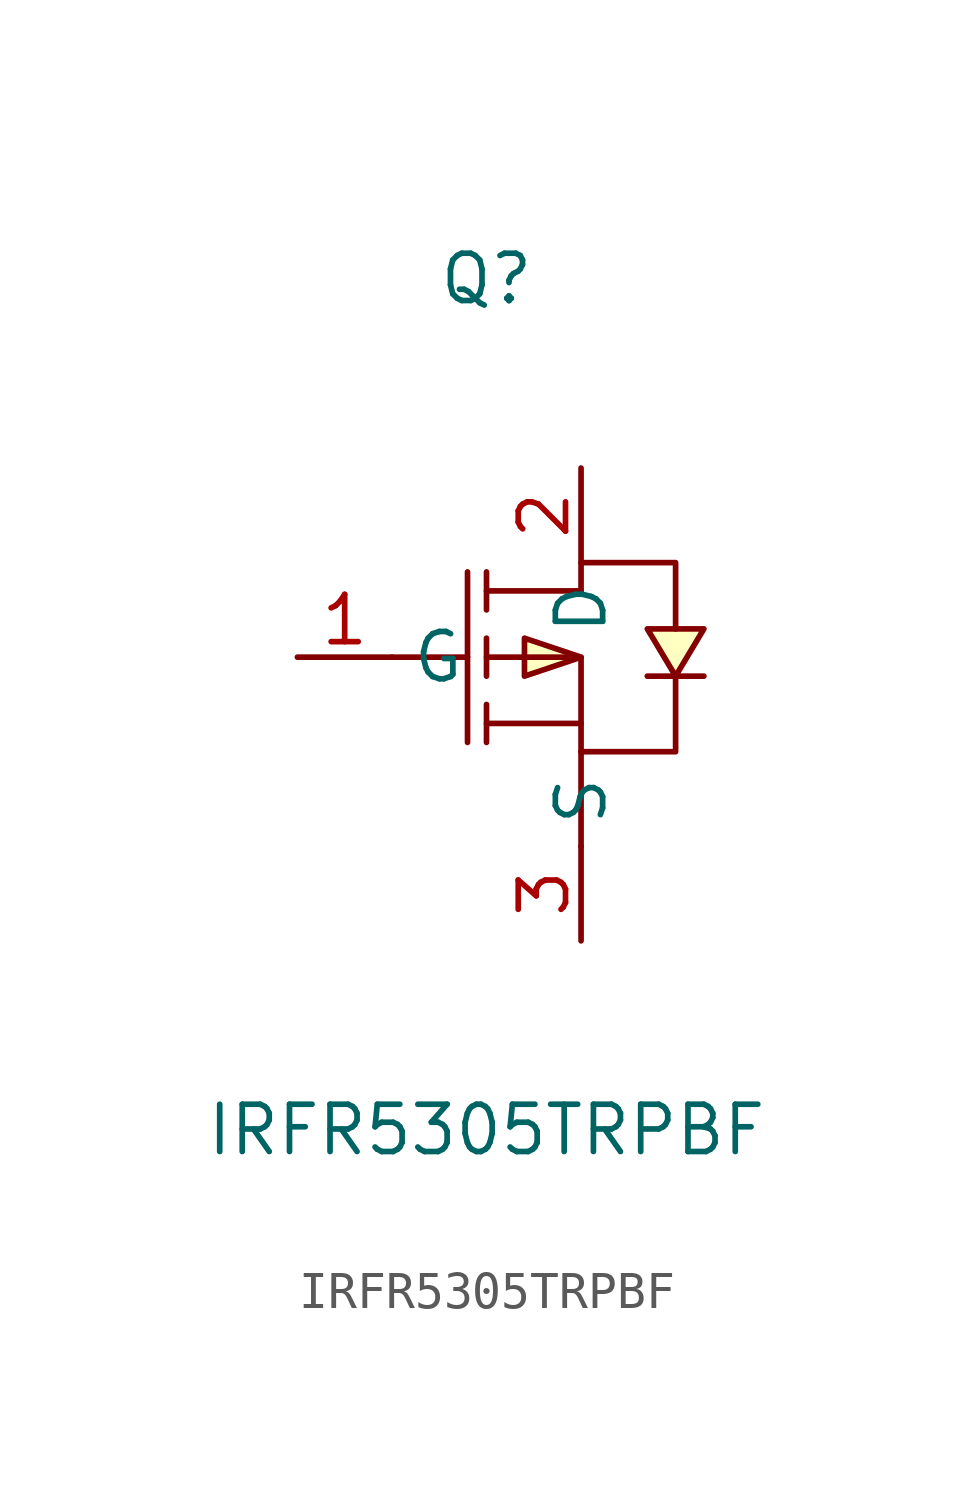
<source format=kicad_sym>
(kicad_symbol_lib
  (version 20211014)
  (generator https://github.com/uPesy/easyeda2kicad.py)
  (symbol "IRFR5305TRPBF"
    (property "Reference" "Q"
      (at 0 11.43 0)
      (effects (font (size 1.27 1.27))))
    (property "Value" "IRFR5305TRPBF"
      (at 0 -11.43 0)
      (effects (font (size 1.27 1.27))))
    (symbol "IRFR5305TRPBF_0_1"
      (polyline (pts (xy -2.54 1.27) (xy -0.51 1.27)) (stroke (width 0) (type default) (color 0 0 0 0)) (fill (type none)))
      (polyline (pts (xy 2.54 -3.81) (xy 2.54 -1.27)) (stroke (width 0) (type default) (color 0 0 0 0)) (fill (type none)))
      (polyline (pts (xy 2.54 -1.27) (xy 5.08 -1.27) (xy 5.08 0.76)) (stroke (width 0) (type default) (color 0 0 0 0)) (fill (type none)))
      (polyline (pts (xy 2.54 3.05) (xy 2.54 3.81) (xy 5.08 3.81) (xy 5.08 2.03)) (stroke (width 0) (type default) (color 0 0 0 0)) (fill (type none)))
      (polyline (pts (xy 2.54 3.05) (xy 0.00 3.05)) (stroke (width 0) (type default) (color 0 0 0 0)) (fill (type none)))
      (polyline (pts (xy 0.00 1.27) (xy 2.54 1.27) (xy 2.54 -1.27)) (stroke (width 0) (type default) (color 0 0 0 0)) (fill (type none)))
      (polyline (pts (xy 2.54 -0.51) (xy 0.00 -0.51)) (stroke (width 0) (type default) (color 0 0 0 0)) (fill (type none)))
      (polyline (pts (xy -0.51 3.56) (xy -0.51 -1.02)) (stroke (width 0) (type default) (color 0 0 0 0)) (fill (type none)))
      (polyline (pts (xy 0.00 2.54) (xy 0.00 3.56)) (stroke (width 0) (type default) (color 0 0 0 0)) (fill (type none)))
      (polyline (pts (xy 0.00 0.76) (xy 0.00 1.78)) (stroke (width 0) (type default) (color 0 0 0 0)) (fill (type none)))
      (polyline (pts (xy 0.00 -1.02) (xy 0.00 -0.00)) (stroke (width 0) (type default) (color 0 0 0 0)) (fill (type none)))
      (polyline (pts (xy 5.84 0.76) (xy 5.59 0.76) (xy 4.57 0.76) (xy 4.32 0.76)) (stroke (width 0) (type default) (color 0 0 0 0)) (fill (type none)))
      (polyline (pts (xy 2.54 1.27) (xy 1.02 1.78) (xy 1.02 0.76) (xy 2.54 1.27)) (stroke (width 0) (type default) (color 0 0 0 0)) (fill (type background)))
      (polyline (pts (xy 5.08 0.76) (xy 5.84 2.03) (xy 4.32 2.03) (xy 5.08 0.76)) (stroke (width 0) (type default) (color 0 0 0 0)) (fill (type background)))
      (pin unspecified line (at -5.08 1.27 0) (length 2.54) (name "G" (effects (font (size 1.27 1.27)))) (number "1" (effects (font (size 1.27 1.27)))))
      (pin unspecified line (at 2.54 -6.35 90) (length 2.54) (name "S" (effects (font (size 1.27 1.27)))) (number "3" (effects (font (size 1.27 1.27)))))
      (pin unspecified line (at 2.54 6.35 270) (length 2.54) (name "D" (effects (font (size 1.27 1.27)))) (number "2" (effects (font (size 1.27 1.27))))))))
</source>
